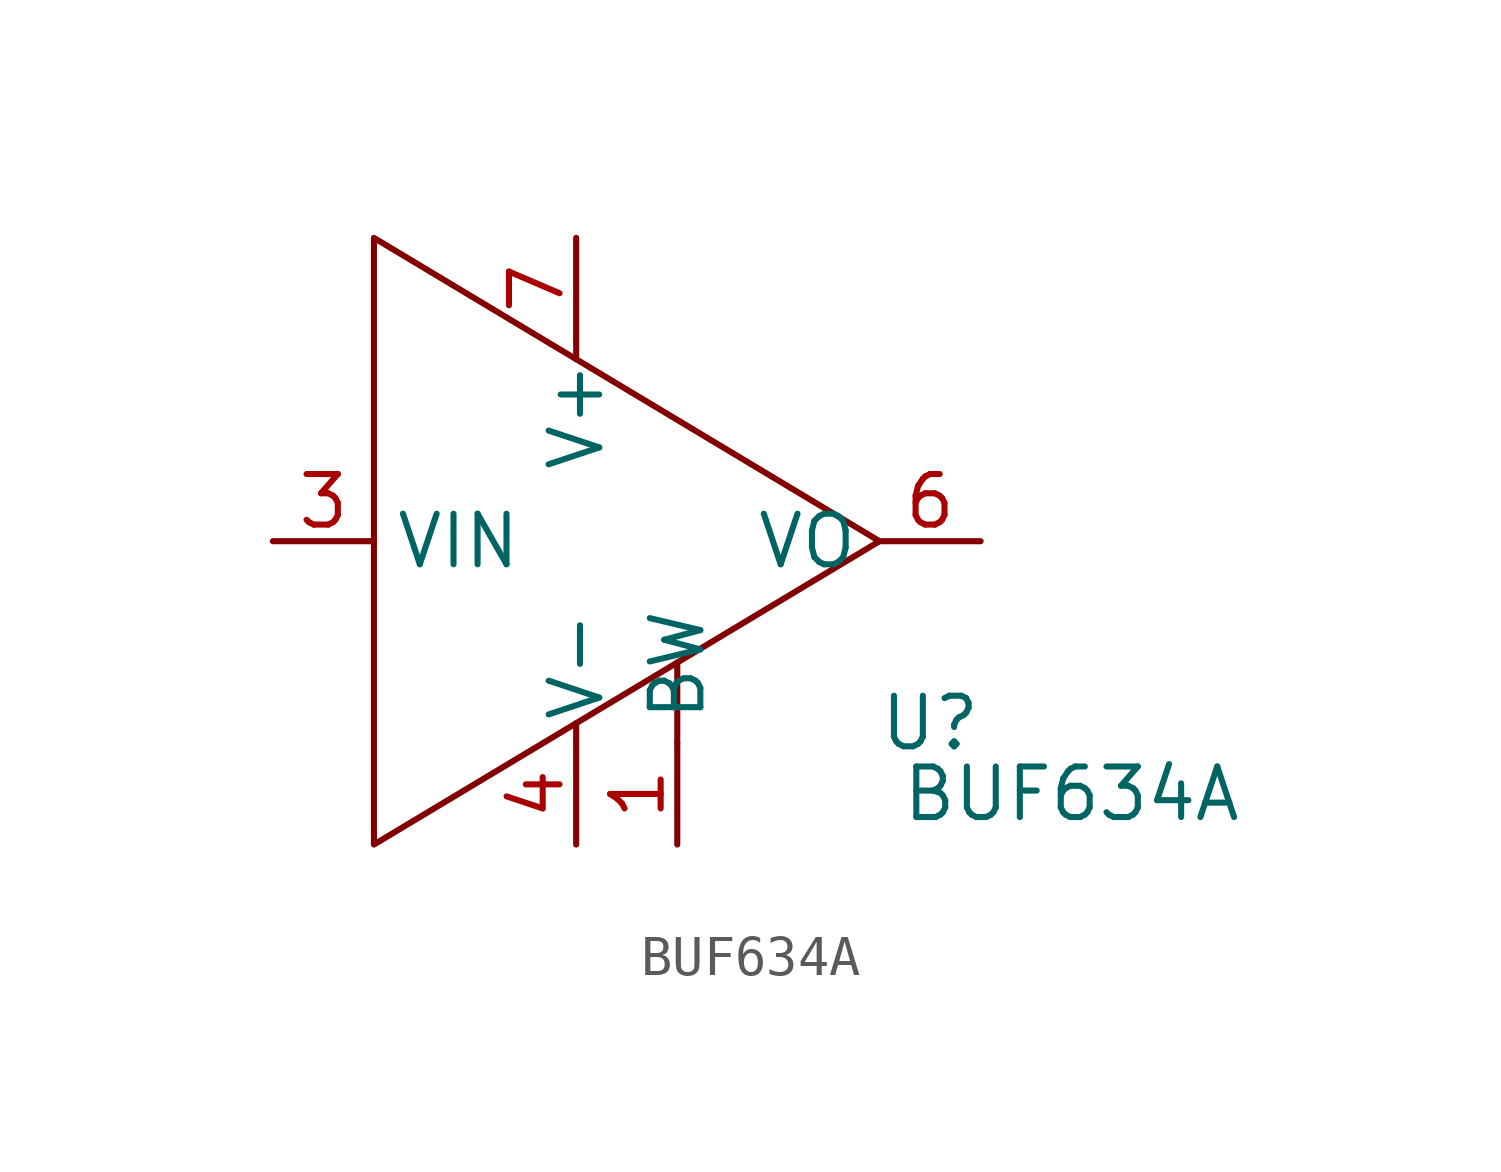
<source format=kicad_sym>
(kicad_symbol_lib
  (version 20231120)
  (generator "kicad_symbol_editor")
  (generator_version "8.0")
  (symbol "BUF634A"
    (property "Reference" "U"
      (at 8.89 -4.572 0)
      (effects (font (size 1.27 1.27))))
    (property "Value" "BUF634A"
      (at 12.446 -6.35 0)
      (effects (font (size 1.27 1.27))))
    (symbol "BUF634A_0_1"
      (polyline (pts (xy 0 -5.08) (xy 0 -4.572)) (stroke (width 0) (type default)) (fill (type none)))
      (polyline (pts (xy 0 5.08) (xy 0 4.572)) (stroke (width 0) (type default)) (fill (type none)))
      (polyline (pts (xy 2.54 -5.08) (xy 2.54 -3.048)) (stroke (width 0) (type default)) (fill (type none)))
      (polyline (pts (xy -5.08 7.62) (xy -5.08 -7.62) (xy 7.62 0) (xy -5.08 7.62)) (stroke (width 0) (type default)) (fill (type none))))
    (symbol "BUF634A_1_1"
      (pin passive line (at 2.54 -7.62 90) (length 2.54) (name "BW" (effects (font (size 1.27 1.27)))) (number "1" (effects (font (size 1.27 1.27)))))
      (pin no_connect line (at -7.62 0 0) (length 2.54) hide (name "NC" (effects (font (size 1.27 1.27)))) (number "2" (effects (font (size 1.27 1.27)))))
      (pin passive line (at -7.62 0 0) (length 2.54) (name "VIN" (effects (font (size 1.27 1.27)))) (number "3" (effects (font (size 1.27 1.27)))))
      (pin passive line (at 0 -7.62 90) (length 2.54) (name "V-" (effects (font (size 1.27 1.27)))) (number "4" (effects (font (size 1.27 1.27)))))
      (pin no_connect line (at -7.62 0 0) (length 2.54) hide (name "NC" (effects (font (size 1.27 1.27)))) (number "5" (effects (font (size 1.27 1.27)))))
      (pin output line (at 10.16 0 180) (length 2.54) (name "VO" (effects (font (size 1.27 1.27)))) (number "6" (effects (font (size 1.27 1.27)))))
      (pin power_in line (at 0 7.62 270) (length 2.54) (name "V+" (effects (font (size 1.27 1.27)))) (number "7" (effects (font (size 1.27 1.27)))))
      (pin no_connect line (at -7.62 0 0) (length 2.54) hide (name "NC" (effects (font (size 1.27 1.27)))) (number "8" (effects (font (size 1.27 1.27))))))))
</source>
